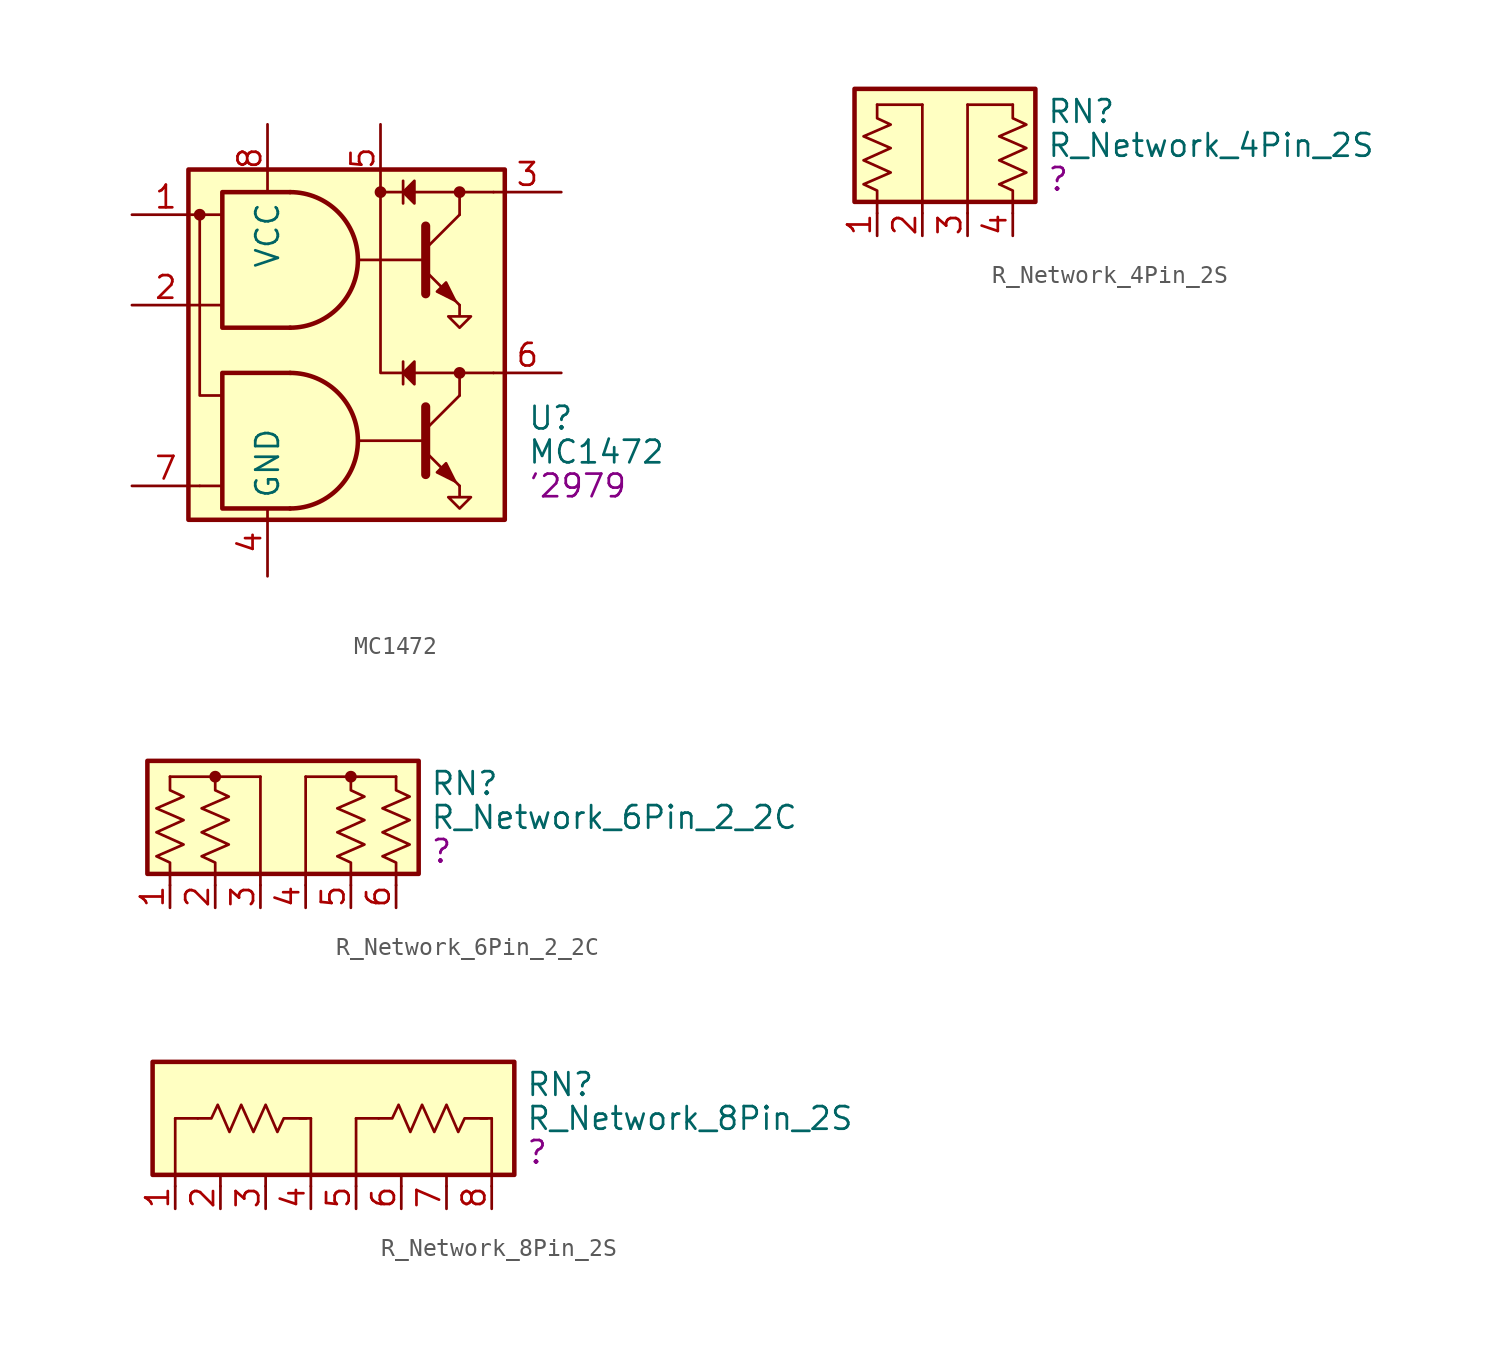
<source format=kicad_sym>
(kicad_symbol_lib
  (version 20211014)
  (generator kicad_symbol_editor)
  (symbol "MC1472"
    (property "Reference" "U"
      (at 20.955 -13.97 0)
      (effects (font (size 1.27 1.27)) (justify left)))
    (property "Value" "MC1472"
      (at 20.955 -15.875 0)
      (effects (font (size 1.27 1.27)) (justify left)))
    (property "IBM" "'2979"
      (at 20.955 -17.78 0)
      (effects (font (size 1.27 1.27)) (justify left)))
    (symbol "MC1472_0_1"
      (polyline (pts (xy 2.54 -17.78) (xy 3.81 -17.78)) (stroke (width 0) (type default) (color 0 0 0 0)) (fill (type none)))
      (polyline (pts (xy 2.54 -7.62) (xy 3.81 -7.62)) (stroke (width 0) (type default) (color 0 0 0 0)) (fill (type none)))
      (polyline (pts (xy 2.54 -2.54) (xy 3.81 -2.54)) (stroke (width 0) (type default) (color 0 0 0 0)) (fill (type none)))
      (polyline (pts (xy 11.43 -15.24) (xy 15.24 -15.24)) (stroke (width 0) (type default) (color 0 0 0 0)) (fill (type none)))
      (polyline (pts (xy 11.43 -5.08) (xy 15.24 -5.08)) (stroke (width 0) (type default) (color 0 0 0 0)) (fill (type none)))
      (polyline (pts (xy 13.97 -10.795) (xy 13.97 -12.065)) (stroke (width 0) (type default) (color 0 0 0 0)) (fill (type none)))
      (polyline (pts (xy 13.97 -0.635) (xy 13.97 -1.905)) (stroke (width 0) (type default) (color 0 0 0 0)) (fill (type none)))
      (polyline (pts (xy 15.24 -14.605) (xy 17.145 -12.7)) (stroke (width 0) (type default) (color 0 0 0 0)) (fill (type none)))
      (polyline (pts (xy 15.24 -4.445) (xy 17.145 -2.54)) (stroke (width 0) (type default) (color 0 0 0 0)) (fill (type none)))
      (polyline (pts (xy 17.145 -11.43) (xy 13.97 -11.43)) (stroke (width 0) (type default) (color 0 0 0 0)) (fill (type none)))
      (polyline (pts (xy 17.145 -1.27) (xy 13.97 -1.27)) (stroke (width 0) (type default) (color 0 0 0 0)) (fill (type none)))
      (polyline (pts (xy 2.54 -2.54) (xy 2.54 -12.7) (xy 3.81 -12.7)) (stroke (width 0) (type default) (color 0 0 0 0)) (fill (type none)))
      (polyline (pts (xy 15.24 -15.875) (xy 17.145 -17.78) (xy 17.145 -17.78)) (stroke (width 0) (type default) (color 0 0 0 0)) (fill (type none)))
      (polyline (pts (xy 15.24 -13.335) (xy 15.24 -17.145) (xy 15.24 -17.145)) (stroke (width 0.508) (type default) (color 0 0 0 0)) (fill (type none)))
      (polyline (pts (xy 15.24 -5.715) (xy 17.145 -7.62) (xy 17.145 -7.62)) (stroke (width 0) (type default) (color 0 0 0 0)) (fill (type none)))
      (polyline (pts (xy 15.24 -3.175) (xy 15.24 -6.985) (xy 15.24 -6.985)) (stroke (width 0.508) (type default) (color 0 0 0 0)) (fill (type none)))
      (polyline (pts (xy 17.145 -12.7) (xy 17.145 -11.43) (xy 19.05 -11.43)) (stroke (width 0) (type default) (color 0 0 0 0)) (fill (type none)))
      (polyline (pts (xy 19.05 -1.27) (xy 17.145 -1.27) (xy 17.145 -2.54)) (stroke (width 0) (type default) (color 0 0 0 0)) (fill (type none)))
      (polyline (pts (xy 13.97 -11.43) (xy 12.7 -11.43) (xy 12.7 -1.27) (xy 13.97 -1.27)) (stroke (width 0) (type default) (color 0 0 0 0)) (fill (type none)))
      (polyline (pts (xy 14.605 -10.795) (xy 13.97 -11.43) (xy 14.605 -12.065) (xy 14.605 -10.795)) (stroke (width 0) (type default) (color 0 0 0 0)) (fill (type outline)))
      (polyline (pts (xy 14.605 -0.635) (xy 13.97 -1.27) (xy 14.605 -1.905) (xy 14.605 -0.635)) (stroke (width 0) (type default) (color 0 0 0 0)) (fill (type outline)))
      (polyline (pts (xy 15.875 -17.018) (xy 16.383 -16.51) (xy 16.891 -17.526) (xy 15.875 -17.018) (xy 15.875 -17.018)) (stroke (width 0) (type default) (color 0 0 0 0)) (fill (type outline)))
      (polyline (pts (xy 15.875 -6.858) (xy 16.383 -6.35) (xy 16.891 -7.366) (xy 15.875 -6.858) (xy 15.875 -6.858)) (stroke (width 0) (type default) (color 0 0 0 0)) (fill (type outline)))
      (polyline (pts (xy 17.145 -17.78) (xy 17.145 -18.415) (xy 16.51 -18.415) (xy 17.145 -19.05) (xy 17.78 -18.415) (xy 17.145 -18.415)) (stroke (width 0) (type default) (color 0 0 0 0)) (fill (type none)))
      (polyline (pts (xy 17.145 -7.62) (xy 17.145 -8.255) (xy 16.51 -8.255) (xy 17.145 -8.89) (xy 17.78 -8.255) (xy 17.145 -8.255)) (stroke (width 0) (type default) (color 0 0 0 0)) (fill (type none)))
      (rectangle (start 1.905 0) (end 19.685 -19.685) (stroke (width 0.254) (type default) (color 0 0 0 0)) (fill (type background)))
      (circle (center 2.54 -2.54) (radius 0.254) (stroke (width 0) (type default) (color 0 0 0 0)) (fill (type outline)))
      (circle (center 12.7 -1.27) (radius 0.254) (stroke (width 0) (type default) (color 0 0 0 0)) (fill (type outline)))
      (circle (center 17.145 -11.43) (radius 0.254) (stroke (width 0) (type default) (color 0 0 0 0)) (fill (type outline)))
      (circle (center 17.145 -1.27) (radius 0.254) (stroke (width 0) (type default) (color 0 0 0 0)) (fill (type outline))))
    (symbol "MC1472_1_1"
      (polyline (pts (xy 7.62 -11.43) (xy 3.81 -11.43) (xy 3.81 -19.05) (xy 7.62 -19.05)) (stroke (width 0.254) (type default) (color 0 0 0 0)) (fill (type background)))
      (polyline (pts (xy 7.62 -1.27) (xy 3.81 -1.27) (xy 3.81 -8.89) (xy 7.62 -8.89)) (stroke (width 0.254) (type default) (color 0 0 0 0)) (fill (type background)))
      (arc (start 7.62 -19.05) (mid 11.43 -15.24) (end 7.62 -11.43) (stroke (width 0.254) (type default) (color 0 0 0 0)) (fill (type background)))
      (arc (start 7.62 -8.89) (mid 11.43 -5.08) (end 7.62 -1.27) (stroke (width 0.254) (type default) (color 0 0 0 0)) (fill (type background)))
      (pin input line (at -1.27 -2.54 0) (length 3.81) (name "~" (effects (font (size 1.27 1.27)))) (number "1" (effects (font (size 1.27 1.27)))))
      (pin input line (at -1.27 -7.62 0) (length 3.81) (name "~" (effects (font (size 1.27 1.27)))) (number "2" (effects (font (size 1.27 1.27)))))
      (pin passive line (at 22.86 -1.27 180) (length 3.81) (name "~" (effects (font (size 1.27 1.27)))) (number "3" (effects (font (size 1.27 1.27)))))
      (pin power_in line (at 6.35 -22.86 90) (length 3.81) (name "GND" (effects (font (size 1.27 1.27)))) (number "4" (effects (font (size 1.27 1.27)))))
      (pin passive line (at 12.7 2.54 270) (length 3.81) (name "~" (effects (font (size 1.27 1.27)))) (number "5" (effects (font (size 1.27 1.27)))))
      (pin passive line (at 22.86 -11.43 180) (length 3.81) (name "~" (effects (font (size 1.27 1.27)))) (number "6" (effects (font (size 1.27 1.27)))))
      (pin input line (at -1.27 -17.78 0) (length 3.81) (name "~" (effects (font (size 1.27 1.27)))) (number "7" (effects (font (size 1.27 1.27)))))
      (pin power_in line (at 6.35 2.54 270) (length 3.81) (name "VCC" (effects (font (size 1.27 1.27)))) (number "8" (effects (font (size 1.27 1.27)))))))
  (symbol "R_Network_4Pin_2S"
    (pin_names hide)
    (property "Reference" "RN"
      (at 9.525 -3.175 0)
      (effects (font (size 1.27 1.27)) (justify left)))
    (property "Value" "R_Network_4Pin_2S"
      (at 9.525 -5.08 0)
      (effects (font (size 1.27 1.27)) (justify left)))
    (property "IBM" "?"
      (at 9.525 -6.985 0)
      (effects (font (size 1.27 1.27)) (justify left)))
    (symbol "R_Network_4Pin_2S_0_1"
      (rectangle (start -1.27 -1.905) (end 8.89 -8.255) (stroke (width 0.254) (type default) (color 0 0 0 0)) (fill (type background)))
      (polyline (pts (xy 0 -2.794) (xy 2.54 -2.794)) (stroke (width 0) (type default) (color 0 0 0 0)) (fill (type none)))
      (polyline (pts (xy 2.54 -2.794) (xy 2.54 -8.89)) (stroke (width 0) (type default) (color 0 0 0 0)) (fill (type none)))
      (polyline (pts (xy 5.08 -2.794) (xy 5.08 -8.89)) (stroke (width 0) (type default) (color 0 0 0 0)) (fill (type none)))
      (polyline (pts (xy 5.08 -2.794) (xy 7.62 -2.794)) (stroke (width 0) (type default) (color 0 0 0 0)) (fill (type none)))
      (polyline (pts (xy 0 -2.794) (xy 0 -3.556) (xy 0.762 -3.912) (xy -0.762 -4.572) (xy 0.762 -5.232) (xy -0.762 -5.918) (xy 0.762 -6.604) (xy -0.762 -7.264) (xy 0 -7.62) (xy 0 -8.89)) (stroke (width 0) (type default) (color 0 0 0 0)) (fill (type none)))
      (polyline (pts (xy 7.62 -2.794) (xy 7.62 -3.556) (xy 8.382 -3.912) (xy 6.858 -4.572) (xy 8.382 -5.232) (xy 6.858 -5.918) (xy 8.382 -6.604) (xy 6.858 -7.264) (xy 7.62 -7.62) (xy 7.62 -8.89)) (stroke (width 0) (type default) (color 0 0 0 0)) (fill (type none))))
    (symbol "R_Network_4Pin_2S_1_1"
      (pin passive line (at 0 -10.16 90) (length 1.27) (name "A" (effects (font (size 1.27 1.27)))) (number "1" (effects (font (size 1.27 1.27)))))
      (pin passive line (at 2.54 -10.16 90) (length 1.27) (name "B" (effects (font (size 1.27 1.27)))) (number "2" (effects (font (size 1.27 1.27)))))
      (pin passive line (at 5.08 -10.16 90) (length 1.27) (name "C" (effects (font (size 1.27 1.27)))) (number "3" (effects (font (size 1.27 1.27)))))
      (pin passive line (at 7.62 -10.16 90) (length 1.27) (name "D" (effects (font (size 1.27 1.27)))) (number "4" (effects (font (size 1.27 1.27)))))))
  (symbol "R_Network_6Pin_2_2C"
    (pin_names hide)
    (property "Reference" "RN"
      (at 14.605 -3.175 0)
      (effects (font (size 1.27 1.27)) (justify left)))
    (property "Value" "R_Network_6Pin_2_2C"
      (at 14.605 -5.08 0)
      (effects (font (size 1.27 1.27)) (justify left)))
    (property "IBM" "?"
      (at 14.605 -6.985 0)
      (effects (font (size 1.27 1.27)) (justify left)))
    (symbol "R_Network_6Pin_2_2C_0_1"
      (rectangle (start -1.27 -1.905) (end 13.97 -8.255) (stroke (width 0.254) (type default) (color 0 0 0 0)) (fill (type background)))
      (polyline (pts (xy 0 -2.794) (xy 5.08 -2.794)) (stroke (width 0) (type default) (color 0 0 0 0)) (fill (type none)))
      (polyline (pts (xy 5.08 -2.794) (xy 5.08 -8.89)) (stroke (width 0) (type default) (color 0 0 0 0)) (fill (type none)))
      (polyline (pts (xy 7.62 -2.794) (xy 7.62 -8.89)) (stroke (width 0) (type default) (color 0 0 0 0)) (fill (type none)))
      (polyline (pts (xy 7.62 -2.794) (xy 12.7 -2.794)) (stroke (width 0) (type default) (color 0 0 0 0)) (fill (type none)))
      (polyline (pts (xy 0 -2.794) (xy 0 -3.556) (xy 0.762 -3.912) (xy -0.762 -4.572) (xy 0.762 -5.232) (xy -0.762 -5.918) (xy 0.762 -6.604) (xy -0.762 -7.264) (xy 0 -7.62) (xy 0 -8.89)) (stroke (width 0) (type default) (color 0 0 0 0)) (fill (type none)))
      (polyline (pts (xy 2.54 -2.794) (xy 2.54 -3.556) (xy 3.302 -3.912) (xy 1.778 -4.572) (xy 3.302 -5.232) (xy 1.778 -5.918) (xy 3.302 -6.604) (xy 1.778 -7.264) (xy 2.54 -7.62) (xy 2.54 -8.89)) (stroke (width 0) (type default) (color 0 0 0 0)) (fill (type none)))
      (polyline (pts (xy 10.16 -2.794) (xy 10.16 -3.556) (xy 10.922 -3.912) (xy 9.398 -4.572) (xy 10.922 -5.232) (xy 9.398 -5.918) (xy 10.922 -6.604) (xy 9.398 -7.264) (xy 10.16 -7.62) (xy 10.16 -8.89)) (stroke (width 0) (type default) (color 0 0 0 0)) (fill (type none)))
      (polyline (pts (xy 12.7 -2.794) (xy 12.7 -3.556) (xy 13.462 -3.912) (xy 11.938 -4.572) (xy 13.462 -5.232) (xy 11.938 -5.918) (xy 13.462 -6.604) (xy 11.938 -7.264) (xy 12.7 -7.62) (xy 12.7 -8.89)) (stroke (width 0) (type default) (color 0 0 0 0)) (fill (type none)))
      (circle (center 2.54 -2.794) (radius 0.254) (stroke (width 0) (type default) (color 0 0 0 0)) (fill (type outline)))
      (circle (center 10.16 -2.794) (radius 0.254) (stroke (width 0) (type default) (color 0 0 0 0)) (fill (type outline))))
    (symbol "R_Network_6Pin_2_2C_1_1"
      (pin passive line (at 0 -10.16 90) (length 1.27) (name "A" (effects (font (size 1.27 1.27)))) (number "1" (effects (font (size 1.27 1.27)))))
      (pin passive line (at 2.54 -10.16 90) (length 1.27) (name "B" (effects (font (size 1.27 1.27)))) (number "2" (effects (font (size 1.27 1.27)))))
      (pin passive line (at 5.08 -10.16 90) (length 1.27) (name "C" (effects (font (size 1.27 1.27)))) (number "3" (effects (font (size 1.27 1.27)))))
      (pin passive line (at 7.62 -10.16 90) (length 1.27) (name "D" (effects (font (size 1.27 1.27)))) (number "4" (effects (font (size 1.27 1.27)))))
      (pin passive line (at 10.16 -10.16 90) (length 1.27) (name "E" (effects (font (size 1.27 1.27)))) (number "5" (effects (font (size 1.27 1.27)))))
      (pin passive line (at 12.7 -10.16 90) (length 1.27) (name "F" (effects (font (size 1.27 1.27)))) (number "6" (effects (font (size 1.27 1.27)))))))
  (symbol "R_Network_8Pin_2S"
    (pin_names hide)
    (property "Reference" "RN"
      (at 19.685 -3.175 0)
      (effects (font (size 1.27 1.27)) (justify left)))
    (property "Value" "R_Network_8Pin_2S"
      (at 19.685 -5.08 0)
      (effects (font (size 1.27 1.27)) (justify left)))
    (property "IBM" "?"
      (at 19.685 -6.985 0)
      (effects (font (size 1.27 1.27)) (justify left)))
    (symbol "R_Network_8Pin_2S_0_1"
      (rectangle (start -1.27 -1.905) (end 19.05 -8.255) (stroke (width 0.254) (type default) (color 0 0 0 0)) (fill (type background)))
      (polyline (pts (xy 0 -5.08) (xy 0 -8.89)) (stroke (width 0) (type default) (color 0 0 0 0)) (fill (type none)))
      (polyline (pts (xy 0 -5.08) (xy 1.27 -5.08)) (stroke (width 0) (type default) (color 0 0 0 0)) (fill (type none)))
      (polyline (pts (xy 2.54 -8.89) (xy 2.54 -8.255)) (stroke (width 0) (type default) (color 0 0 0 0)) (fill (type none)))
      (polyline (pts (xy 5.08 -8.89) (xy 5.08 -8.255)) (stroke (width 0) (type default) (color 0 0 0 0)) (fill (type none)))
      (polyline (pts (xy 6.985 -5.08) (xy 7.62 -5.08)) (stroke (width 0) (type default) (color 0 0 0 0)) (fill (type none)))
      (polyline (pts (xy 7.62 -5.08) (xy 7.62 -8.89)) (stroke (width 0) (type default) (color 0 0 0 0)) (fill (type none)))
      (polyline (pts (xy 10.16 -5.08) (xy 10.16 -8.89)) (stroke (width 0) (type default) (color 0 0 0 0)) (fill (type none)))
      (polyline (pts (xy 10.16 -5.08) (xy 11.43 -5.08)) (stroke (width 0) (type default) (color 0 0 0 0)) (fill (type none)))
      (polyline (pts (xy 12.7 -8.89) (xy 12.7 -8.255)) (stroke (width 0) (type default) (color 0 0 0 0)) (fill (type none)))
      (polyline (pts (xy 15.24 -8.89) (xy 15.24 -8.255)) (stroke (width 0) (type default) (color 0 0 0 0)) (fill (type none)))
      (polyline (pts (xy 17.145 -5.08) (xy 17.78 -5.08)) (stroke (width 0) (type default) (color 0 0 0 0)) (fill (type none)))
      (polyline (pts (xy 17.78 -5.08) (xy 17.78 -8.89)) (stroke (width 0) (type default) (color 0 0 0 0)) (fill (type none)))
      (polyline (pts (xy 1.27 -5.08) (xy 2.032 -5.08) (xy 2.388 -4.318) (xy 3.048 -5.842) (xy 3.708 -4.318) (xy 4.394 -5.842) (xy 5.08 -4.318) (xy 5.74 -5.842) (xy 6.096 -5.08) (xy 7.366 -5.08)) (stroke (width 0) (type default) (color 0 0 0 0)) (fill (type none)))
      (polyline (pts (xy 11.43 -5.08) (xy 12.192 -5.08) (xy 12.548 -4.318) (xy 13.208 -5.842) (xy 13.868 -4.318) (xy 14.554 -5.842) (xy 15.24 -4.318) (xy 15.9 -5.842) (xy 16.256 -5.08) (xy 17.526 -5.08)) (stroke (width 0) (type default) (color 0 0 0 0)) (fill (type none))))
    (symbol "R_Network_8Pin_2S_1_1"
      (pin passive line (at 0 -10.16 90) (length 1.27) (name "A" (effects (font (size 1.27 1.27)))) (number "1" (effects (font (size 1.27 1.27)))))
      (pin passive line (at 2.54 -10.16 90) (length 1.27) (name "B" (effects (font (size 1.27 1.27)))) (number "2" (effects (font (size 1.27 1.27)))))
      (pin passive line (at 5.08 -10.16 90) (length 1.27) (name "C" (effects (font (size 1.27 1.27)))) (number "3" (effects (font (size 1.27 1.27)))))
      (pin passive line (at 7.62 -10.16 90) (length 1.27) (name "D" (effects (font (size 1.27 1.27)))) (number "4" (effects (font (size 1.27 1.27)))))
      (pin passive line (at 10.16 -10.16 90) (length 1.27) (name "E" (effects (font (size 1.27 1.27)))) (number "5" (effects (font (size 1.27 1.27)))))
      (pin passive line (at 12.7 -10.16 90) (length 1.27) (name "F" (effects (font (size 1.27 1.27)))) (number "6" (effects (font (size 1.27 1.27)))))
      (pin passive line (at 15.24 -10.16 90) (length 1.27) (name "G" (effects (font (size 1.27 1.27)))) (number "7" (effects (font (size 1.27 1.27)))))
      (pin passive line (at 17.78 -10.16 90) (length 1.27) (name "H" (effects (font (size 1.27 1.27)))) (number "8" (effects (font (size 1.27 1.27))))))))
</source>
